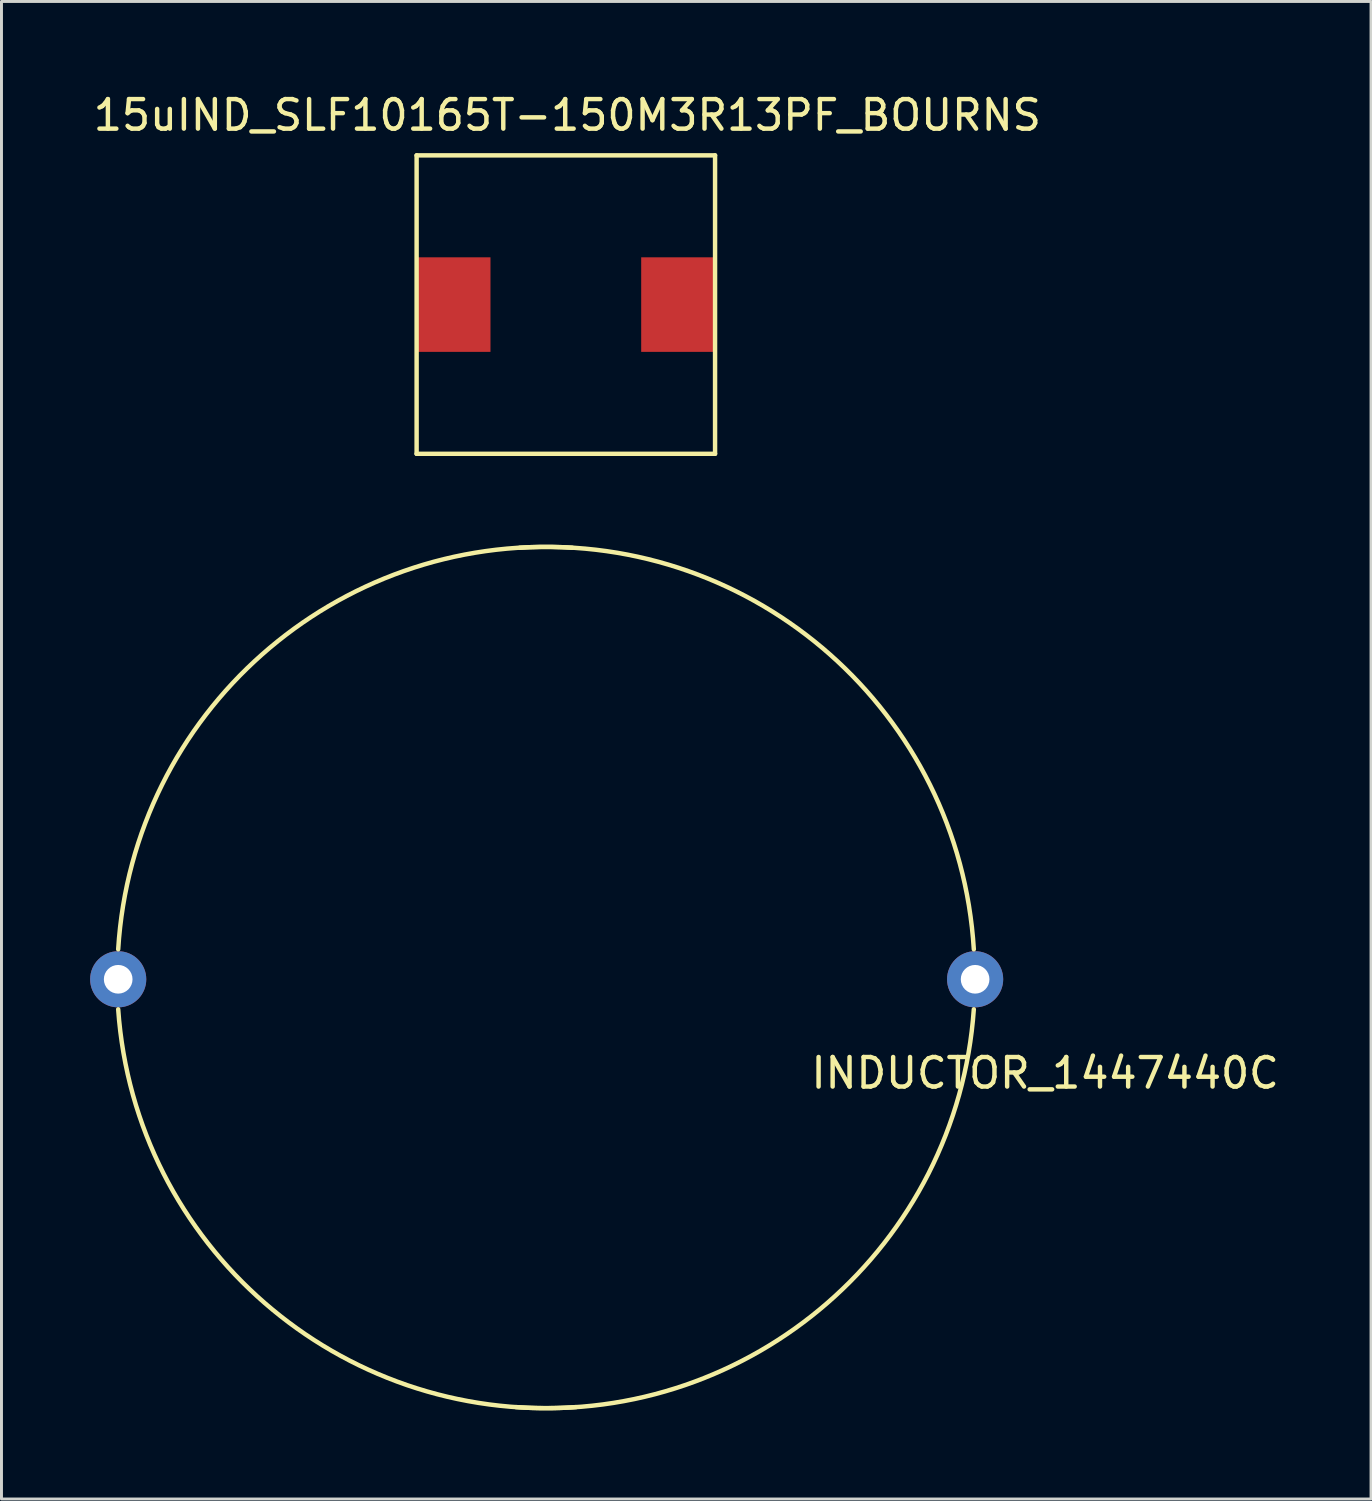
<source format=kicad_pcb>
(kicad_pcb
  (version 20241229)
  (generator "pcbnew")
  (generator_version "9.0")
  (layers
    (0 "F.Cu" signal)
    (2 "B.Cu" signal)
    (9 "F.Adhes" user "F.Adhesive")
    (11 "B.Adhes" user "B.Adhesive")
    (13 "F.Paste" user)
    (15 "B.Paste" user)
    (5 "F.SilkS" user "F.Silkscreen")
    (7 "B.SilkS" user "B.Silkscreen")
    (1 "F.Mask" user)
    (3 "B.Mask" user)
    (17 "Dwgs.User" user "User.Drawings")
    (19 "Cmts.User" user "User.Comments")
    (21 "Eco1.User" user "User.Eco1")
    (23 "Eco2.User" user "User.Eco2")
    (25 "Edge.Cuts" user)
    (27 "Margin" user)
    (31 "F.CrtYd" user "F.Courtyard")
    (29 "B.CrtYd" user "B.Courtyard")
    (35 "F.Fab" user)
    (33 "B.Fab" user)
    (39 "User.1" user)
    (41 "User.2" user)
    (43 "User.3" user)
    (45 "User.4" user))
  (footprint "15uIND_SLF10165T-150M3R13PF_BOURNS"
    (layer "F.Cu")
    (at 16.099 7.258)
    (property "Reference" "15uIND_SLF10165T-150M3R13PF_BOURNS" (at 0.05 -6.41 0) (layer "F.SilkS") (effects (font (size 1 1) (thickness 0.15))))
    (attr through_hole)
    (fp_line (start -5.05 -5.05) (end 5.05 -5.05) (stroke (width 0.15) (type solid)) (layer "F.SilkS"))
    (fp_line (start -5.05 5.05) (end -5.05 -5.05) (stroke (width 0.15) (type solid)) (layer "F.SilkS"))
    (fp_line (start -5.05 5.05) (end 5.05 5.05) (stroke (width 0.15) (type solid)) (layer "F.SilkS"))
    (fp_line (start 5.05 -5.05) (end 5.05 5.05) (stroke (width 0.15) (type solid)) (layer "F.SilkS"))
    (pad "1" smd rect (at -3.8 0) (size 2.5 3.2) (layers "F.Cu" "F.Mask" "F.Paste"))
    (pad "2" smd rect (at 3.8 0) (size 2.5 3.2) (layers "F.Cu" "F.Mask" "F.Paste")))
  (footprint "INDUCTOR_1447440C"
    (layer "F.Cu")
    (at 0.95 30.091)
    (property "Reference" "INDUCTOR_1447440C" (at 31.369 3.175 0) (layer "F.SilkS") (effects (font (size 1 1) (thickness 0.15))))
    (attr through_hole)
    (fp_arc (start 0 -1.016) (mid 4.869126 -10.99311) (end 15.367 -14.605) (stroke (width 0.15) (type solid)) (layer "F.SilkS"))
    (fp_arc (start 13.589 -14.605) (mid 24.086874 -10.99311) (end 28.956 -1.016) (stroke (width 0.15) (type solid)) (layer "F.SilkS"))
    (fp_arc (start 15.494 14.478) (mid 4.958929 10.955912) (end 0 1.016) (stroke (width 0.15) (type solid)) (layer "F.SilkS"))
    (fp_arc (start 28.956 1.016) (mid 23.997071 10.955912) (end 13.462 14.478) (stroke (width 0.15) (type solid)) (layer "F.SilkS"))
    (pad "1" thru_hole circle (at 0 0) (size 1.9 1.9) (drill 0.97) (layers "*.Cu" "*.Mask"))
    (pad "21" thru_hole circle (at 29 0) (size 1.9 1.9) (drill 0.97) (layers "*.Cu" "*.Mask")))
  (gr_rect
    (start -3 -3)
    (end 43.349 47.679)
    (stroke (width 0.1) (type default))
    (fill no)
    (layer "Edge.Cuts")))
</source>
